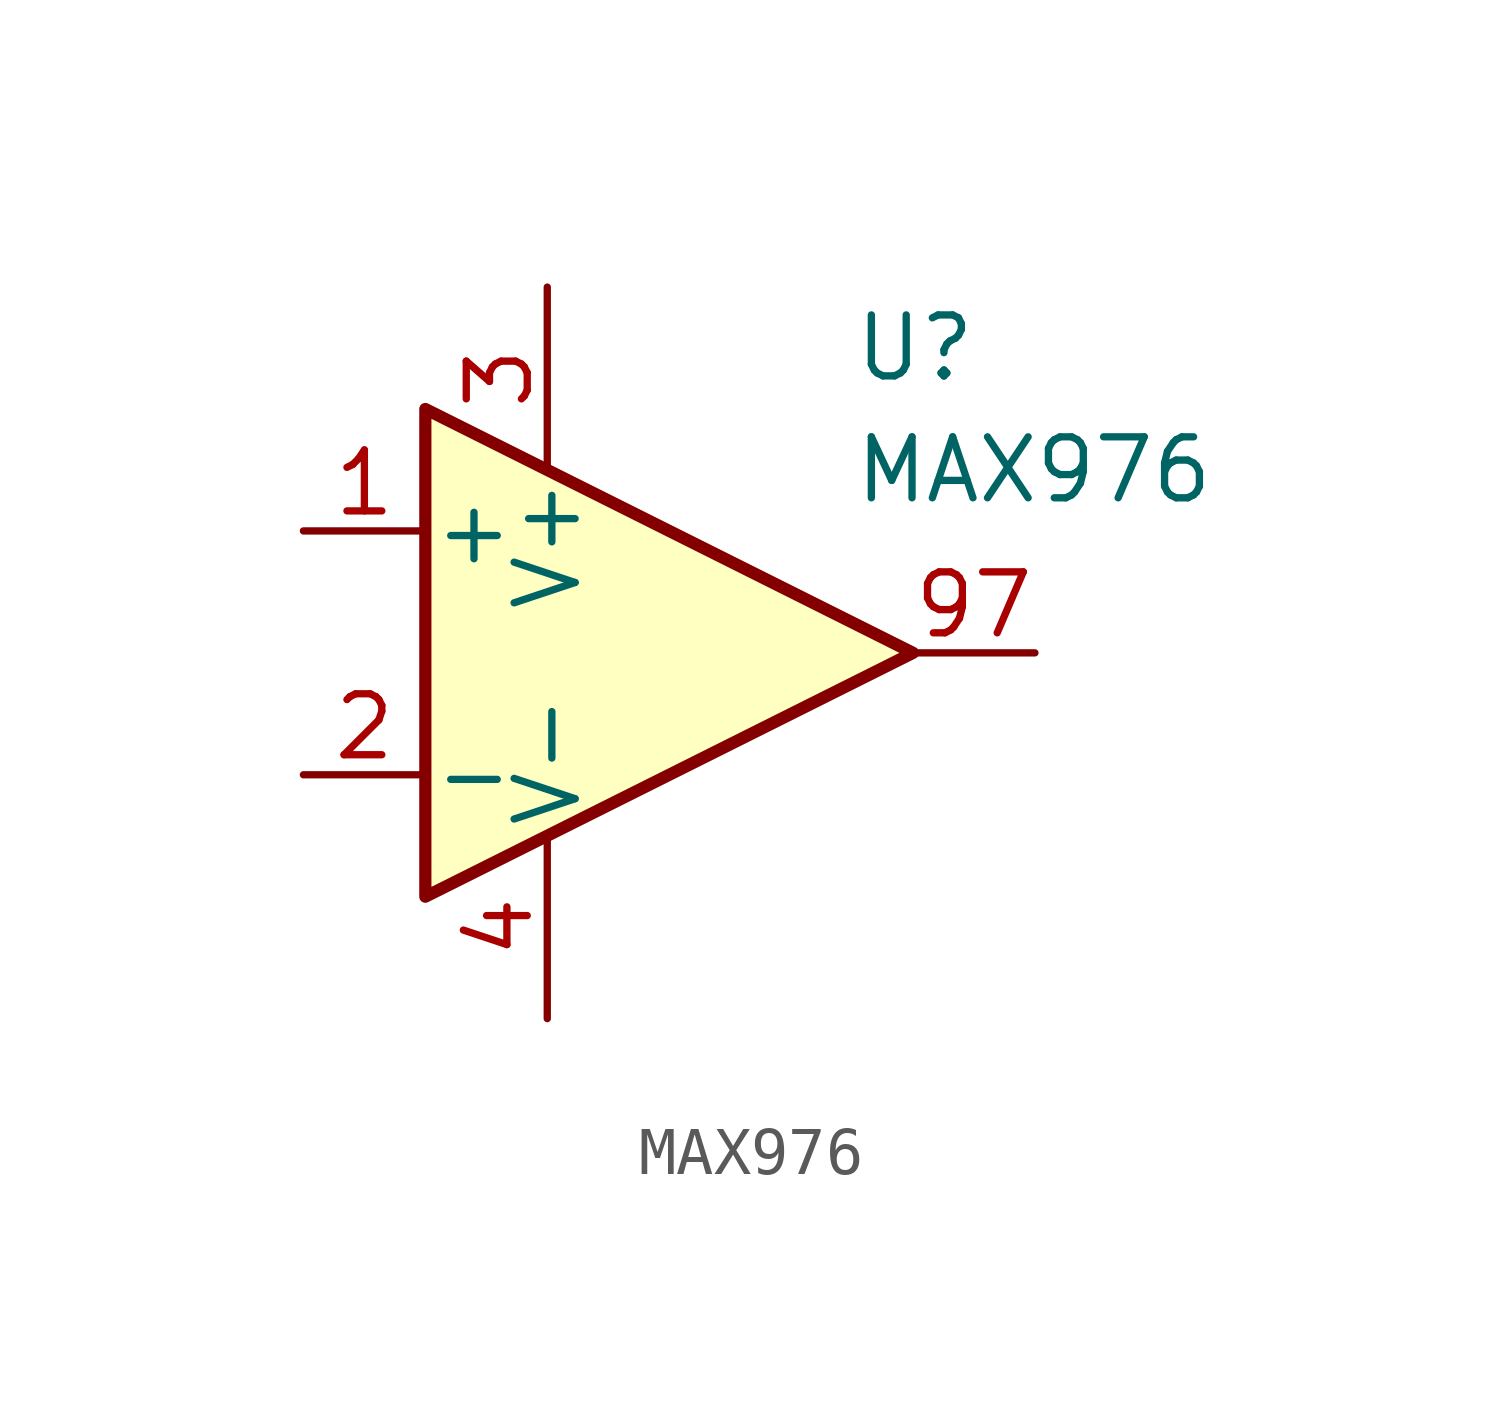
<source format=kicad_sym>
(kicad_symbol_lib
  (version 20211014)
  (generator kicad_symbol_editor)
  (symbol "MAX976"
    (pin_names
      (offset 0.127))
    (property "Reference" "U"
      (at 3.81 6.35 0)
      (effects (font (size 1.27 1.27)) (justify left)))
    (property "Value" "MAX976"
      (at 3.81 3.81 0)
      (effects (font (size 1.27 1.27)) (justify left)))
    (symbol "MAX976_0_1"
      (polyline (pts (xy -5.08 5.08) (xy -5.08 -5.08) (xy 5.08 0) (xy -5.08 5.08)) (stroke (width 0.254) (type default) (color 0 0 0 0)) (fill (type background))))
    (symbol "MAX976_1_1"
      (pin passive line (at -7.62 2.54 0) (length 2.54) (name "+" (effects (font (size 1.27 1.27)))) (number "1" (effects (font (size 1.27 1.27)))))
      (pin passive line (at -7.62 -2.54 0) (length 2.54) (name "-" (effects (font (size 1.27 1.27)))) (number "2" (effects (font (size 1.27 1.27)))))
      (pin passive line (at -2.54 7.62 270) (length 3.81) (name "V+" (effects (font (size 1.27 1.27)))) (number "3" (effects (font (size 1.27 1.27)))))
      (pin passive line (at -2.54 -7.62 90) (length 3.81) (name "V-" (effects (font (size 1.27 1.27)))) (number "4" (effects (font (size 1.27 1.27)))))
      (pin passive line (at 7.62 0 180) (length 2.54) (name "~" (effects (font (size 1.27 1.27)))) (number "97" (effects (font (size 1.27 1.27))))))))
</source>
